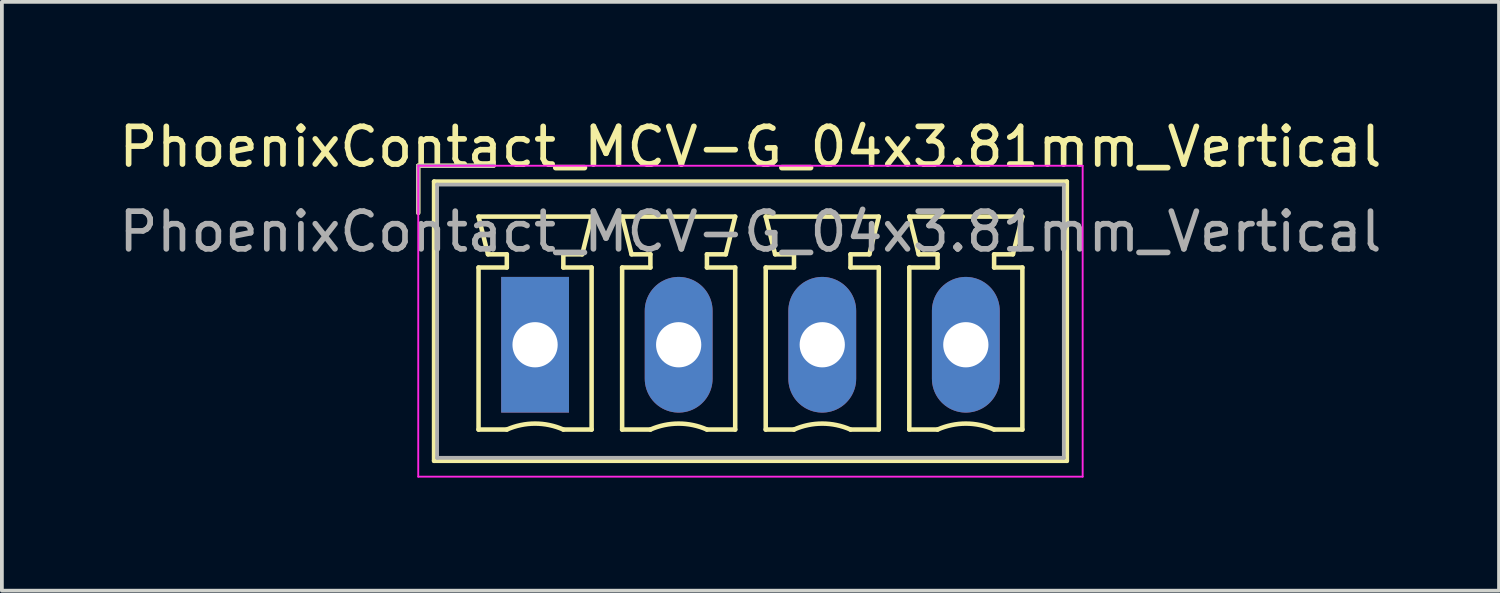
<source format=kicad_pcb>
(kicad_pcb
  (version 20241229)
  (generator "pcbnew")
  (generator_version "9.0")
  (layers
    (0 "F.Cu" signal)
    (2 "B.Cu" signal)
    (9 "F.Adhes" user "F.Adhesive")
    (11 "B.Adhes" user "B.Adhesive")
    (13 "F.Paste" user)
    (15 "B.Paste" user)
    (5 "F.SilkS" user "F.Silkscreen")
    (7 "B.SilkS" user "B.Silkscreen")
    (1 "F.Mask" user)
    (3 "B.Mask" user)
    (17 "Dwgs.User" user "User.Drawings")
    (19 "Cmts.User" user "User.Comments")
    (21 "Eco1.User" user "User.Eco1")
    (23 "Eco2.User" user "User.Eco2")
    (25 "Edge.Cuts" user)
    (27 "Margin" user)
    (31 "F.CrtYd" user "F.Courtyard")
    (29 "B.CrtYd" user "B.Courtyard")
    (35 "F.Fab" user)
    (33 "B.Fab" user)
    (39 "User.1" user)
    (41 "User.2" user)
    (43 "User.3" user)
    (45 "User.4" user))
  (footprint "PhoenixContact_MCV-G_04x3.81mm_Vertical"
    (layer "F.Cu")
    (at 11.148 6.098)
    (property "Reference" "PhoenixContact_MCV-G_04x3.81mm_Vertical" (at 5.715 -5.25 0) (layer "F.SilkS") (effects (font (size 1 1) (thickness 0.15))))
    (attr through_hole)
    (fp_line (start -3.1 -4.75) (end -1.1 -4.75) (stroke (width 0.12) (type solid)) (layer "F.SilkS"))
    (fp_line (start -3.1 -3.5) (end -3.1 -4.75) (stroke (width 0.12) (type solid)) (layer "F.SilkS"))
    (fp_line (start -2.68 -4.33) (end -2.68 3.08) (stroke (width 0.12) (type solid)) (layer "F.SilkS"))
    (fp_line (start -2.68 3.08) (end 14.11 3.08) (stroke (width 0.12) (type solid)) (layer "F.SilkS"))
    (fp_line (start -1.5 -3.4) (end 1.5 -3.4) (stroke (width 0.12) (type solid)) (layer "F.SilkS"))
    (fp_line (start -1.5 -2.05) (end -0.75 -2.05) (stroke (width 0.12) (type solid)) (layer "F.SilkS"))
    (fp_line (start -1.5 2.25) (end -1.5 -2.05) (stroke (width 0.12) (type solid)) (layer "F.SilkS"))
    (fp_line (start -1.25 -2.4) (end -1.5 -3.4) (stroke (width 0.12) (type solid)) (layer "F.SilkS"))
    (fp_line (start -0.75 -2.4) (end -1.25 -2.4) (stroke (width 0.12) (type solid)) (layer "F.SilkS"))
    (fp_line (start -0.75 -2.05) (end -0.75 -2.4) (stroke (width 0.12) (type solid)) (layer "F.SilkS"))
    (fp_line (start -0.75 2.25) (end -1.5 2.25) (stroke (width 0.12) (type solid)) (layer "F.SilkS"))
    (fp_line (start 0.75 -2.4) (end 0.75 -2.05) (stroke (width 0.12) (type solid)) (layer "F.SilkS"))
    (fp_line (start 0.75 -2.05) (end 1.5 -2.05) (stroke (width 0.12) (type solid)) (layer "F.SilkS"))
    (fp_line (start 1.25 -2.4) (end 0.75 -2.4) (stroke (width 0.12) (type solid)) (layer "F.SilkS"))
    (fp_line (start 1.5 -3.4) (end 1.25 -2.4) (stroke (width 0.12) (type solid)) (layer "F.SilkS"))
    (fp_line (start 1.5 -2.05) (end 1.5 2.25) (stroke (width 0.12) (type solid)) (layer "F.SilkS"))
    (fp_line (start 1.5 2.25) (end 0.75 2.25) (stroke (width 0.12) (type solid)) (layer "F.SilkS"))
    (fp_line (start 2.31 -3.4) (end 5.31 -3.4) (stroke (width 0.12) (type solid)) (layer "F.SilkS"))
    (fp_line (start 2.31 -2.05) (end 3.06 -2.05) (stroke (width 0.12) (type solid)) (layer "F.SilkS"))
    (fp_line (start 2.31 2.25) (end 2.31 -2.05) (stroke (width 0.12) (type solid)) (layer "F.SilkS"))
    (fp_line (start 2.56 -2.4) (end 2.31 -3.4) (stroke (width 0.12) (type solid)) (layer "F.SilkS"))
    (fp_line (start 3.06 -2.4) (end 2.56 -2.4) (stroke (width 0.12) (type solid)) (layer "F.SilkS"))
    (fp_line (start 3.06 -2.05) (end 3.06 -2.4) (stroke (width 0.12) (type solid)) (layer "F.SilkS"))
    (fp_line (start 3.06 2.25) (end 2.31 2.25) (stroke (width 0.12) (type solid)) (layer "F.SilkS"))
    (fp_line (start 4.56 -2.4) (end 4.56 -2.05) (stroke (width 0.12) (type solid)) (layer "F.SilkS"))
    (fp_line (start 4.56 -2.05) (end 5.31 -2.05) (stroke (width 0.12) (type solid)) (layer "F.SilkS"))
    (fp_line (start 5.06 -2.4) (end 4.56 -2.4) (stroke (width 0.12) (type solid)) (layer "F.SilkS"))
    (fp_line (start 5.31 -3.4) (end 5.06 -2.4) (stroke (width 0.12) (type solid)) (layer "F.SilkS"))
    (fp_line (start 5.31 -2.05) (end 5.31 2.25) (stroke (width 0.12) (type solid)) (layer "F.SilkS"))
    (fp_line (start 5.31 2.25) (end 4.56 2.25) (stroke (width 0.12) (type solid)) (layer "F.SilkS"))
    (fp_line (start 6.12 -3.4) (end 9.12 -3.4) (stroke (width 0.12) (type solid)) (layer "F.SilkS"))
    (fp_line (start 6.12 -2.05) (end 6.87 -2.05) (stroke (width 0.12) (type solid)) (layer "F.SilkS"))
    (fp_line (start 6.12 2.25) (end 6.12 -2.05) (stroke (width 0.12) (type solid)) (layer "F.SilkS"))
    (fp_line (start 6.37 -2.4) (end 6.12 -3.4) (stroke (width 0.12) (type solid)) (layer "F.SilkS"))
    (fp_line (start 6.87 -2.4) (end 6.37 -2.4) (stroke (width 0.12) (type solid)) (layer "F.SilkS"))
    (fp_line (start 6.87 -2.05) (end 6.87 -2.4) (stroke (width 0.12) (type solid)) (layer "F.SilkS"))
    (fp_line (start 6.87 2.25) (end 6.12 2.25) (stroke (width 0.12) (type solid)) (layer "F.SilkS"))
    (fp_line (start 8.37 -2.4) (end 8.37 -2.05) (stroke (width 0.12) (type solid)) (layer "F.SilkS"))
    (fp_line (start 8.37 -2.05) (end 9.12 -2.05) (stroke (width 0.12) (type solid)) (layer "F.SilkS"))
    (fp_line (start 8.87 -2.4) (end 8.37 -2.4) (stroke (width 0.12) (type solid)) (layer "F.SilkS"))
    (fp_line (start 9.12 -3.4) (end 8.87 -2.4) (stroke (width 0.12) (type solid)) (layer "F.SilkS"))
    (fp_line (start 9.12 -2.05) (end 9.12 2.25) (stroke (width 0.12) (type solid)) (layer "F.SilkS"))
    (fp_line (start 9.12 2.25) (end 8.37 2.25) (stroke (width 0.12) (type solid)) (layer "F.SilkS"))
    (fp_line (start 9.93 -3.4) (end 12.93 -3.4) (stroke (width 0.12) (type solid)) (layer "F.SilkS"))
    (fp_line (start 9.93 -2.05) (end 10.68 -2.05) (stroke (width 0.12) (type solid)) (layer "F.SilkS"))
    (fp_line (start 9.93 2.25) (end 9.93 -2.05) (stroke (width 0.12) (type solid)) (layer "F.SilkS"))
    (fp_line (start 10.18 -2.4) (end 9.93 -3.4) (stroke (width 0.12) (type solid)) (layer "F.SilkS"))
    (fp_line (start 10.68 -2.4) (end 10.18 -2.4) (stroke (width 0.12) (type solid)) (layer "F.SilkS"))
    (fp_line (start 10.68 -2.05) (end 10.68 -2.4) (stroke (width 0.12) (type solid)) (layer "F.SilkS"))
    (fp_line (start 10.68 2.25) (end 9.93 2.25) (stroke (width 0.12) (type solid)) (layer "F.SilkS"))
    (fp_line (start 12.18 -2.4) (end 12.18 -2.05) (stroke (width 0.12) (type solid)) (layer "F.SilkS"))
    (fp_line (start 12.18 -2.05) (end 12.93 -2.05) (stroke (width 0.12) (type solid)) (layer "F.SilkS"))
    (fp_line (start 12.68 -2.4) (end 12.18 -2.4) (stroke (width 0.12) (type solid)) (layer "F.SilkS"))
    (fp_line (start 12.93 -3.4) (end 12.68 -2.4) (stroke (width 0.12) (type solid)) (layer "F.SilkS"))
    (fp_line (start 12.93 -2.05) (end 12.93 2.25) (stroke (width 0.12) (type solid)) (layer "F.SilkS"))
    (fp_line (start 12.93 2.25) (end 12.18 2.25) (stroke (width 0.12) (type solid)) (layer "F.SilkS"))
    (fp_line (start 14.11 -4.33) (end -2.68 -4.33) (stroke (width 0.12) (type solid)) (layer "F.SilkS"))
    (fp_line (start 14.11 3.08) (end 14.11 -4.33) (stroke (width 0.12) (type solid)) (layer "F.SilkS"))
    (fp_arc (start -0.75 2.25) (mid -0.000193 2.09191) (end 0.749647 2.249844) (stroke (width 0.12) (type solid)) (layer "F.SilkS"))
    (fp_arc (start 3.06 2.25) (mid 3.809807 2.09191) (end 4.559647 2.249844) (stroke (width 0.12) (type solid)) (layer "F.SilkS"))
    (fp_arc (start 6.87 2.25) (mid 7.619807 2.09191) (end 8.369647 2.249844) (stroke (width 0.12) (type solid)) (layer "F.SilkS"))
    (fp_arc (start 10.68 2.25) (mid 11.429807 2.09191) (end 12.179647 2.249844) (stroke (width 0.12) (type solid)) (layer "F.SilkS"))
    (fp_line (start -3.1 -4.75) (end -3.1 3.5) (stroke (width 0.05) (type solid)) (layer "F.CrtYd"))
    (fp_line (start -3.1 3.5) (end 14.53 3.5) (stroke (width 0.05) (type solid)) (layer "F.CrtYd"))
    (fp_line (start 14.53 -4.75) (end -3.1 -4.75) (stroke (width 0.05) (type solid)) (layer "F.CrtYd"))
    (fp_line (start 14.53 3.5) (end 14.53 -4.75) (stroke (width 0.05) (type solid)) (layer "F.CrtYd"))
    (fp_line (start -3.1 -4.75) (end -1.1 -4.75) (stroke (width 0.1) (type solid)) (layer "F.Fab"))
    (fp_line (start -3.1 -3.5) (end -3.1 -4.75) (stroke (width 0.1) (type solid)) (layer "F.Fab"))
    (fp_line (start -2.6 -4.25) (end -2.6 3) (stroke (width 0.1) (type solid)) (layer "F.Fab"))
    (fp_line (start -2.6 3) (end 14.03 3) (stroke (width 0.1) (type solid)) (layer "F.Fab"))
    (fp_line (start 14.03 -4.25) (end -2.6 -4.25) (stroke (width 0.1) (type solid)) (layer "F.Fab"))
    (fp_line (start 14.03 3) (end 14.03 -4.25) (stroke (width 0.1) (type solid)) (layer "F.Fab"))
    (fp_text user "${REFERENCE}" (at 5.715 -3 0) (layer "F.Fab") (effects (font (size 1 1) (thickness 0.15))))
    (pad "1" thru_hole rect (at 0 0) (size 1.8 3.6) (drill 1.2) (layers "*.Cu" "*.Mask"))
    (pad "2" thru_hole oval (at 3.81 0) (size 1.8 3.6) (drill 1.2) (layers "*.Cu" "*.Mask"))
    (pad "3" thru_hole oval (at 7.62 0) (size 1.8 3.6) (drill 1.2) (layers "*.Cu" "*.Mask"))
    (pad "4" thru_hole oval (at 11.43 0) (size 1.8 3.6) (drill 1.2) (layers "*.Cu" "*.Mask")))
  (gr_rect
    (start -3 -3)
    (end 36.726 12.623)
    (stroke (width 0.1) (type default))
    (fill no)
    (layer "Edge.Cuts")))
</source>
